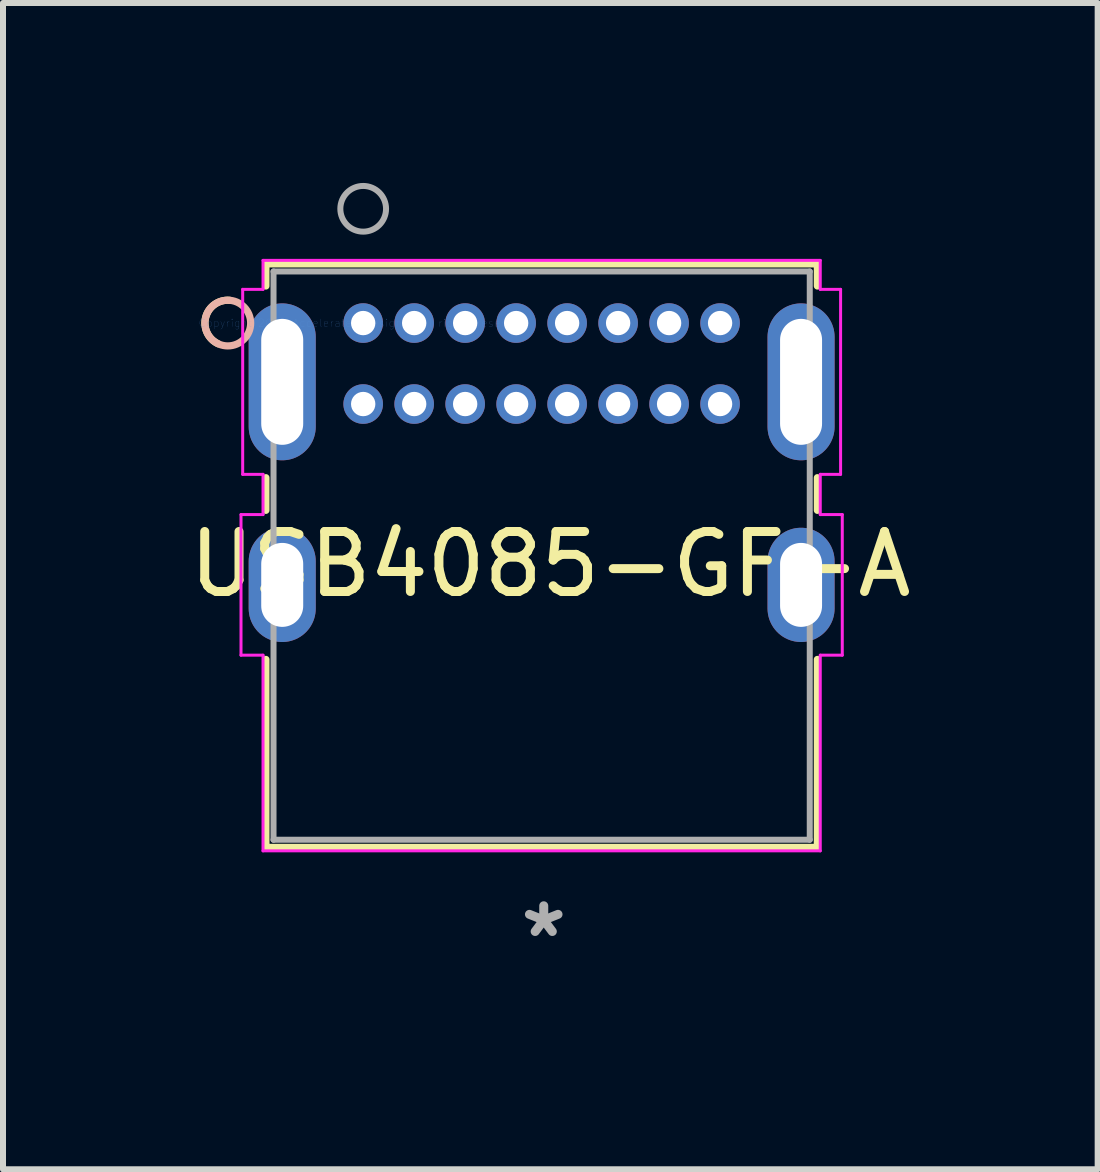
<source format=kicad_pcb>
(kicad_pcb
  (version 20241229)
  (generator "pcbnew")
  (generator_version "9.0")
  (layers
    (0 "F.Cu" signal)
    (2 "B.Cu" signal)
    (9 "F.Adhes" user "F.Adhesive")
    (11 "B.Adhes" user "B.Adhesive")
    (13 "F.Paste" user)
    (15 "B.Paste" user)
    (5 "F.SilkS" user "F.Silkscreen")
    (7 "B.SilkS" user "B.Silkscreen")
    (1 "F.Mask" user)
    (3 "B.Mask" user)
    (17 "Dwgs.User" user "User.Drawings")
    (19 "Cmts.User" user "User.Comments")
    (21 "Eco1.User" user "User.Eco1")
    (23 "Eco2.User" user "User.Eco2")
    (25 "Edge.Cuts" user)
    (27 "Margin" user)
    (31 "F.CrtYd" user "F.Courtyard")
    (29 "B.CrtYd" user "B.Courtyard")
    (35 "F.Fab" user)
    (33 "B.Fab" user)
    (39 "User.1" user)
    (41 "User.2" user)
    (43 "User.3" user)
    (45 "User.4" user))
  (footprint "USB4085-GF-A"
    (layer "F.Cu")
    (at 6.015 5.536)
    (property "Reference" "USB4085-GF-A" (at 0.11 0.82 0) (layer "F.SilkS") (effects (font (size 1 1) (thickness 0.15))))
    (attr through_hole)
    (fp_line (start -4.632 -4.187) (end -4.632 -3.818) (stroke (width 0.12) (type solid)) (layer "F.SilkS"))
    (fp_line (start -4.632 -0.622) (end -4.632 -0.078) (stroke (width 0.12) (type solid)) (layer "F.SilkS"))
    (fp_line (start -4.632 2.408) (end -4.632 5.541) (stroke (width 0.12) (type solid)) (layer "F.SilkS"))
    (fp_line (start -4.632 5.541) (end 4.562 5.541) (stroke (width 0.12) (type solid)) (layer "F.SilkS"))
    (fp_line (start 4.562 -4.187) (end -4.632 -4.187) (stroke (width 0.12) (type solid)) (layer "F.SilkS"))
    (fp_line (start 4.562 -3.818) (end 4.562 -4.187) (stroke (width 0.12) (type solid)) (layer "F.SilkS"))
    (fp_line (start 4.562 -0.078) (end 4.562 -0.622) (stroke (width 0.12) (type solid)) (layer "F.SilkS"))
    (fp_line (start 4.562 5.541) (end 4.562 2.408) (stroke (width 0.12) (type solid)) (layer "F.SilkS"))
    (fp_arc (start -5.42934 -2.855129) (mid -5.635764 -3.297305) (end -5.2379 -3.579856) (stroke (width 0.12) (type solid)) (layer "F.SilkS"))
    (fp_circle (center -5.267 -3.2) (end -4.886 -3.2) (stroke (width 0.12) (type solid)) (fill no) (layer "B.SilkS"))
    (fp_line (start -5.047 -0.007) (end -5.047 2.337) (stroke (width 0.05) (type solid)) (layer "F.CrtYd"))
    (fp_line (start -5.047 2.337) (end -4.68 2.337) (stroke (width 0.05) (type solid)) (layer "F.CrtYd"))
    (fp_line (start -5.019 -3.762) (end -5.019 -0.678) (stroke (width 0.05) (type solid)) (layer "F.CrtYd"))
    (fp_line (start -5.019 -0.678) (end -4.68 -0.678) (stroke (width 0.05) (type solid)) (layer "F.CrtYd"))
    (fp_line (start -4.68 -0.678) (end -4.68 -0.007) (stroke (width 0.05) (type solid)) (layer "F.CrtYd"))
    (fp_line (start -4.68 -0.007) (end -5.047 -0.007) (stroke (width 0.05) (type solid)) (layer "F.CrtYd"))
    (fp_line (start -4.68 2.337) (end -4.68 5.599) (stroke (width 0.05) (type solid)) (layer "F.CrtYd"))
    (fp_line (start -4.68 5.599) (end 4.61 5.599) (stroke (width 0.05) (type solid)) (layer "F.CrtYd"))
    (fp_line (start -4.68 -4.245) (end -4.68 -3.762) (stroke (width 0.05) (type solid)) (layer "F.CrtYd"))
    (fp_line (start -4.68 -3.762) (end -5.019 -3.762) (stroke (width 0.05) (type solid)) (layer "F.CrtYd"))
    (fp_line (start 4.61 2.337) (end 4.977 2.337) (stroke (width 0.05) (type solid)) (layer "F.CrtYd"))
    (fp_line (start 4.61 5.599) (end 4.61 2.337) (stroke (width 0.05) (type solid)) (layer "F.CrtYd"))
    (fp_line (start 4.61 -3.762) (end 4.61 -4.245) (stroke (width 0.05) (type solid)) (layer "F.CrtYd"))
    (fp_line (start 4.61 -0.678) (end 4.949 -0.678) (stroke (width 0.05) (type solid)) (layer "F.CrtYd"))
    (fp_line (start 4.61 -0.007) (end 4.61 -0.678) (stroke (width 0.05) (type solid)) (layer "F.CrtYd"))
    (fp_line (start 4.61 -4.245) (end -4.68 -4.245) (stroke (width 0.05) (type solid)) (layer "F.CrtYd"))
    (fp_line (start 4.949 -3.762) (end 4.61 -3.762) (stroke (width 0.05) (type solid)) (layer "F.CrtYd"))
    (fp_line (start 4.949 -0.678) (end 4.949 -3.762) (stroke (width 0.05) (type solid)) (layer "F.CrtYd"))
    (fp_line (start 4.977 -0.007) (end 4.61 -0.007) (stroke (width 0.05) (type solid)) (layer "F.CrtYd"))
    (fp_line (start 4.977 2.337) (end 4.977 -0.007) (stroke (width 0.05) (type solid)) (layer "F.CrtYd"))
    (fp_line (start -4.505 -4.06) (end -4.505 5.414) (stroke (width 0.1) (type solid)) (layer "F.Fab"))
    (fp_line (start -4.505 5.414) (end 4.435 5.414) (stroke (width 0.1) (type solid)) (layer "F.Fab"))
    (fp_line (start 4.435 -4.06) (end -4.505 -4.06) (stroke (width 0.1) (type solid)) (layer "F.Fab"))
    (fp_line (start 4.435 5.414) (end 4.435 -4.06) (stroke (width 0.1) (type solid)) (layer "F.Fab"))
    (fp_circle (center -3.01 -5.105) (end -2.629 -5.105) (stroke (width 0.1) (type solid)) (fill no) (layer "F.Fab"))
    (fp_text user "Copyright 2021 Accelerated Designs. All rights reserved." (at -3.01 -3.2 0) (layer "Cmts.User") (effects (font (size 0.127 0.127) (thickness 0.002))))
    (fp_text user "*" (at 0 7.06 0) (layer "F.Fab") (effects (font (size 1 1) (thickness 0.15))))
    (pad "1" thru_hole circle (at -3.01 -3.2) (size 0.66 0.66) (drill 0.406) (layers "*.Cu" "*.Mask"))
    (pad "2" thru_hole circle (at -2.16 -3.2) (size 0.66 0.66) (drill 0.406) (layers "*.Cu" "*.Mask"))
    (pad "3" thru_hole circle (at -1.31 -3.2) (size 0.66 0.66) (drill 0.406) (layers "*.Cu" "*.Mask"))
    (pad "4" thru_hole circle (at -0.46 -3.2) (size 0.66 0.66) (drill 0.406) (layers "*.Cu" "*.Mask"))
    (pad "5" thru_hole circle (at 0.39 -3.2) (size 0.66 0.66) (drill 0.406) (layers "*.Cu" "*.Mask"))
    (pad "6" thru_hole circle (at 1.24 -3.2) (size 0.66 0.66) (drill 0.406) (layers "*.Cu" "*.Mask"))
    (pad "7" thru_hole circle (at 2.09 -3.2) (size 0.66 0.66) (drill 0.406) (layers "*.Cu" "*.Mask"))
    (pad "8" thru_hole circle (at 2.94 -3.2) (size 0.66 0.66) (drill 0.406) (layers "*.Cu" "*.Mask"))
    (pad "9" thru_hole circle (at -3.01 -1.85) (size 0.66 0.66) (drill 0.406) (layers "*.Cu" "*.Mask"))
    (pad "10" thru_hole circle (at -2.16 -1.85) (size 0.66 0.66) (drill 0.406) (layers "*.Cu" "*.Mask"))
    (pad "11" thru_hole circle (at -1.31 -1.85) (size 0.66 0.66) (drill 0.406) (layers "*.Cu" "*.Mask"))
    (pad "12" thru_hole circle (at -0.46 -1.85) (size 0.66 0.66) (drill 0.406) (layers "*.Cu" "*.Mask"))
    (pad "13" thru_hole circle (at 0.39 -1.85) (size 0.66 0.66) (drill 0.406) (layers "*.Cu" "*.Mask"))
    (pad "14" thru_hole circle (at 1.24 -1.85) (size 0.66 0.66) (drill 0.406) (layers "*.Cu" "*.Mask"))
    (pad "15" thru_hole circle (at 2.09 -1.85) (size 0.66 0.66) (drill 0.406) (layers "*.Cu" "*.Mask"))
    (pad "16" thru_hole circle (at 2.94 -1.85) (size 0.66 0.66) (drill 0.406) (layers "*.Cu" "*.Mask"))
    (pad "17" thru_hole oval (at -4.36 -2.22 90) (size 2.616 1.118) (drill oval 2.1 0.7) (layers "*.Cu" "*.Mask"))
    (pad "18" thru_hole oval (at 4.29 -2.22 90) (size 2.616 1.118) (drill oval 2.1 0.7) (layers "*.Cu" "*.Mask"))
    (pad "19" thru_hole oval (at -4.36 1.165 90) (size 1.905 1.118) (drill oval 1.4 0.7) (layers "*.Cu" "*.Mask"))
    (pad "20" thru_hole oval (at 4.29 1.165 90) (size 1.905 1.118) (drill oval 1.4 0.7) (layers "*.Cu" "*.Mask")))
  (gr_rect
    (start -3 -3)
    (end 15.25 16.444)
    (stroke (width 0.1) (type default))
    (fill no)
    (layer "Edge.Cuts")))
</source>
